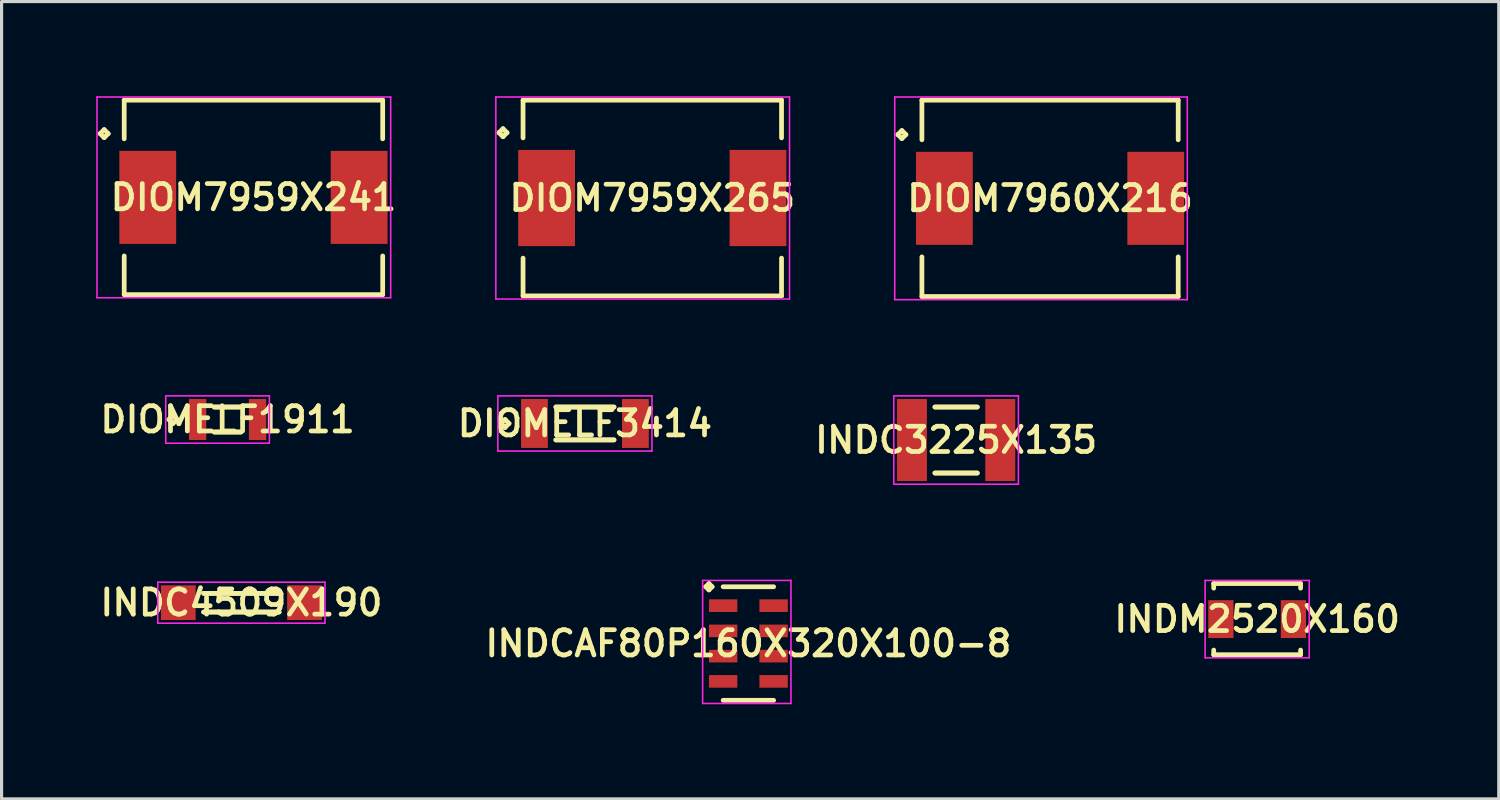
<source format=kicad_pcb>
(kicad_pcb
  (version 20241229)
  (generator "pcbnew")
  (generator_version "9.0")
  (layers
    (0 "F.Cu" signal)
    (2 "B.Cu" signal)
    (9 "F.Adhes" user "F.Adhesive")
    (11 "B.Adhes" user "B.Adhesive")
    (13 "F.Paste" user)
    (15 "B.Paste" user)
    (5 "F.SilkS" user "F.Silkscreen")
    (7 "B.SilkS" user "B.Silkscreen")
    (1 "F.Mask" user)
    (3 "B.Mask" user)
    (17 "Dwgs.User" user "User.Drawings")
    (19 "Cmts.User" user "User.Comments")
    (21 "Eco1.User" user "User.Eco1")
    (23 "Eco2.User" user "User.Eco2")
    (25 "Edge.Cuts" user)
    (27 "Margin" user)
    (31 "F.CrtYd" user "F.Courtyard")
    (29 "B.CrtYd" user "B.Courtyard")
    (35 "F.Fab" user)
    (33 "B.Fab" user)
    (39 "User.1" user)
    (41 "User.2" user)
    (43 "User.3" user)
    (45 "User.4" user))
  (footprint "DIOM7960X216"
    (layer "F.Cu")
    (at 30.236 3.237)
    (property "Reference" "DIOM7960X216" (at 0 0 0) (layer "F.SilkS") (effects (font (size 0.8 0.8) (thickness 0.15))))
    (attr smd)
    (fp_line (start -4.824 -2.021) (end -4.697 -2.148) (stroke (width 0.15) (type solid)) (layer "F.SilkS"))
    (fp_line (start -4.697 -2.148) (end -4.57 -2.021) (stroke (width 0.15) (type solid)) (layer "F.SilkS"))
    (fp_line (start -4.697 -1.894) (end -4.824 -2.021) (stroke (width 0.15) (type solid)) (layer "F.SilkS"))
    (fp_line (start -4.57 -2.021) (end -4.697 -1.894) (stroke (width 0.15) (type solid)) (layer "F.SilkS"))
    (fp_line (start -4.062 -3.112) (end 4.062 -3.112) (stroke (width 0.15) (type solid)) (layer "F.SilkS"))
    (fp_line (start -4.062 -1.856) (end -4.062 -3.112) (stroke (width 0.15) (type solid)) (layer "F.SilkS"))
    (fp_line (start -4.062 1.856) (end -4.062 3.112) (stroke (width 0.15) (type solid)) (layer "F.SilkS"))
    (fp_line (start -4.062 3.112) (end 4.062 3.112) (stroke (width 0.15) (type solid)) (layer "F.SilkS"))
    (fp_line (start 4.062 -3.112) (end 4.062 -1.856) (stroke (width 0.15) (type solid)) (layer "F.SilkS"))
    (fp_line (start 4.062 3.112) (end 4.062 1.856) (stroke (width 0.15) (type solid)) (layer "F.SilkS"))
    (fp_line (start -4.924 -3.212) (end 4.35 -3.212) (stroke (width 0.05) (type solid)) (layer "F.CrtYd"))
    (fp_line (start -4.924 3.212) (end -4.924 -3.212) (stroke (width 0.05) (type solid)) (layer "F.CrtYd"))
    (fp_line (start 4.35 -3.212) (end 4.35 3.212) (stroke (width 0.05) (type solid)) (layer "F.CrtYd"))
    (fp_line (start 4.35 3.212) (end -4.924 3.212) (stroke (width 0.05) (type solid)) (layer "F.CrtYd"))
    (pad "1" smd rect (at -3.35 0) (size 1.8 2.95) (layers "F.Cu" "F.Mask" "F.Paste"))
    (pad "2" smd rect (at 3.35 0) (size 1.8 2.95) (layers "F.Cu" "F.Mask" "F.Paste")))
  (footprint "INDCAF80P160X320X100-8"
    (layer "F.Cu")
    (at 20.673 17.349)
    (property "Reference" "INDCAF80P160X320X100-8" (at 0 0 0) (layer "F.SilkS") (effects (font (size 0.8 0.8) (thickness 0.15))))
    (attr smd)
    (fp_line (start -1.35 -1.8) (end -1.25 -1.9) (stroke (width 0.15) (type solid)) (layer "F.SilkS"))
    (fp_line (start -1.25 -1.9) (end -1.15 -1.8) (stroke (width 0.15) (type solid)) (layer "F.SilkS"))
    (fp_line (start -1.25 -1.7) (end -1.35 -1.8) (stroke (width 0.15) (type solid)) (layer "F.SilkS"))
    (fp_line (start -1.15 -1.8) (end -1.25 -1.7) (stroke (width 0.15) (type solid)) (layer "F.SilkS"))
    (fp_line (start -0.8 -1.8) (end 0.8 -1.8) (stroke (width 0.15) (type solid)) (layer "F.SilkS"))
    (fp_line (start -0.8 1.8) (end 0.8 1.8) (stroke (width 0.15) (type solid)) (layer "F.SilkS"))
    (fp_line (start -1.45 -2) (end 1.35 -2) (stroke (width 0.05) (type solid)) (layer "F.CrtYd"))
    (fp_line (start -1.45 1.9) (end -1.45 -2) (stroke (width 0.05) (type solid)) (layer "F.CrtYd"))
    (fp_line (start 1.35 -2) (end 1.35 1.9) (stroke (width 0.05) (type solid)) (layer "F.CrtYd"))
    (fp_line (start 1.35 1.9) (end -1.45 1.9) (stroke (width 0.05) (type solid)) (layer "F.CrtYd"))
    (pad "1" smd rect (at -0.8 -1.2) (size 0.9 0.4) (layers "F.Cu" "F.Mask" "F.Paste"))
    (pad "2" smd rect (at -0.8 -0.4) (size 0.9 0.4) (layers "F.Cu" "F.Mask" "F.Paste"))
    (pad "3" smd rect (at -0.8 0.4) (size 0.9 0.4) (layers "F.Cu" "F.Mask" "F.Paste"))
    (pad "4" smd rect (at -0.8 1.2) (size 0.9 0.4) (layers "F.Cu" "F.Mask" "F.Paste"))
    (pad "5" smd rect (at 0.8 1.2) (size 0.9 0.4) (layers "F.Cu" "F.Mask" "F.Paste"))
    (pad "6" smd rect (at 0.8 0.4) (size 0.9 0.4) (layers "F.Cu" "F.Mask" "F.Paste"))
    (pad "7" smd rect (at 0.8 -0.4) (size 0.9 0.4) (layers "F.Cu" "F.Mask" "F.Paste"))
    (pad "8" smd rect (at 0.8 -1.2) (size 0.9 0.4) (layers "F.Cu" "F.Mask" "F.Paste")))
  (footprint "DIOM7959X241"
    (layer "F.Cu")
    (at 4.984 3.207)
    (property "Reference" "DIOM7959X241" (at 0 0 0) (layer "F.SilkS") (effects (font (size 0.8 0.8) (thickness 0.15))))
    (attr smd)
    (fp_line (start -4.859 -2.021) (end -4.732 -2.148) (stroke (width 0.15) (type solid)) (layer "F.SilkS"))
    (fp_line (start -4.732 -2.148) (end -4.605 -2.021) (stroke (width 0.15) (type solid)) (layer "F.SilkS"))
    (fp_line (start -4.732 -1.894) (end -4.859 -2.021) (stroke (width 0.15) (type solid)) (layer "F.SilkS"))
    (fp_line (start -4.605 -2.021) (end -4.732 -1.894) (stroke (width 0.15) (type solid)) (layer "F.SilkS"))
    (fp_line (start -4.097 -3.082) (end 4.097 -3.082) (stroke (width 0.15) (type solid)) (layer "F.SilkS"))
    (fp_line (start -4.097 -1.856) (end -4.097 -3.082) (stroke (width 0.15) (type solid)) (layer "F.SilkS"))
    (fp_line (start -4.097 1.856) (end -4.097 3.082) (stroke (width 0.15) (type solid)) (layer "F.SilkS"))
    (fp_line (start -4.097 3.082) (end 4.097 3.082) (stroke (width 0.15) (type solid)) (layer "F.SilkS"))
    (fp_line (start 4.097 -3.082) (end 4.097 -1.856) (stroke (width 0.15) (type solid)) (layer "F.SilkS"))
    (fp_line (start 4.097 3.082) (end 4.097 1.856) (stroke (width 0.15) (type solid)) (layer "F.SilkS"))
    (fp_line (start -4.959 -3.182) (end 4.35 -3.182) (stroke (width 0.05) (type solid)) (layer "F.CrtYd"))
    (fp_line (start -4.959 3.182) (end -4.959 -3.182) (stroke (width 0.05) (type solid)) (layer "F.CrtYd"))
    (fp_line (start 4.35 -3.182) (end 4.35 3.182) (stroke (width 0.05) (type solid)) (layer "F.CrtYd"))
    (fp_line (start 4.35 3.182) (end -4.959 3.182) (stroke (width 0.05) (type solid)) (layer "F.CrtYd"))
    (pad "1" smd rect (at -3.35 0) (size 1.8 2.95) (layers "F.Cu" "F.Mask" "F.Paste"))
    (pad "2" smd rect (at 3.35 0) (size 1.8 2.95) (layers "F.Cu" "F.Mask" "F.Paste")))
  (footprint "INDC3225X135"
    (layer "F.Cu")
    (at 27.258 10.899)
    (property "Reference" "INDC3225X135" (at 0 0 0) (layer "F.SilkS") (effects (font (size 0.8 0.8) (thickness 0.15))))
    (attr smd)
    (fp_line (start -0.671 -1.046) (end 0.671 -1.046) (stroke (width 0.15) (type solid)) (layer "F.SilkS"))
    (fp_line (start -0.671 1.046) (end 0.671 1.046) (stroke (width 0.15) (type solid)) (layer "F.SilkS"))
    (fp_line (start 0.671 -1.046) (end -0.671 -1.046) (stroke (width 0.15) (type solid)) (layer "F.SilkS"))
    (fp_line (start 0.671 1.046) (end -0.671 1.046) (stroke (width 0.15) (type solid)) (layer "F.SilkS"))
    (fp_line (start -1.975 -1.4) (end 1.975 -1.4) (stroke (width 0.05) (type solid)) (layer "F.CrtYd"))
    (fp_line (start -1.975 1.4) (end -1.975 -1.4) (stroke (width 0.05) (type solid)) (layer "F.CrtYd"))
    (fp_line (start 1.975 -1.4) (end 1.975 1.4) (stroke (width 0.05) (type solid)) (layer "F.CrtYd"))
    (fp_line (start 1.975 1.4) (end -1.975 1.4) (stroke (width 0.05) (type solid)) (layer "F.CrtYd"))
    (pad "1" smd rect (at -1.4 0) (size 0.95 2.6) (layers "F.Cu" "F.Mask" "F.Paste"))
    (pad "2" smd rect (at 1.4 0) (size 0.95 2.6) (layers "F.Cu" "F.Mask" "F.Paste")))
  (footprint "INDM2520X160"
    (layer "F.Cu")
    (at 36.801 16.576)
    (property "Reference" "INDM2520X160" (at 0 0 0) (layer "F.SilkS") (effects (font (size 0.8 0.8) (thickness 0.15))))
    (attr smd)
    (fp_line (start -1.377 -1.127) (end 1.377 -1.127) (stroke (width 0.15) (type solid)) (layer "F.SilkS"))
    (fp_line (start -1.377 -0.981) (end -1.377 -1.127) (stroke (width 0.15) (type solid)) (layer "F.SilkS"))
    (fp_line (start -1.377 0.981) (end -1.377 1.127) (stroke (width 0.15) (type solid)) (layer "F.SilkS"))
    (fp_line (start -1.377 1.127) (end 1.377 1.127) (stroke (width 0.15) (type solid)) (layer "F.SilkS"))
    (fp_line (start 1.377 -1.127) (end 1.377 -0.981) (stroke (width 0.15) (type solid)) (layer "F.SilkS"))
    (fp_line (start 1.377 1.127) (end 1.377 0.981) (stroke (width 0.15) (type solid)) (layer "F.SilkS"))
    (fp_line (start -1.65 -1.227) (end 1.65 -1.227) (stroke (width 0.05) (type solid)) (layer "F.CrtYd"))
    (fp_line (start -1.65 1.227) (end -1.65 -1.227) (stroke (width 0.05) (type solid)) (layer "F.CrtYd"))
    (fp_line (start 1.65 -1.227) (end 1.65 1.227) (stroke (width 0.05) (type solid)) (layer "F.CrtYd"))
    (fp_line (start 1.65 1.227) (end -1.65 1.227) (stroke (width 0.05) (type solid)) (layer "F.CrtYd"))
    (pad "1" smd rect (at -1.15 0) (size 0.8 1.2) (layers "F.Cu" "F.Mask" "F.Paste"))
    (pad "2" smd rect (at 1.15 0) (size 0.8 1.2) (layers "F.Cu" "F.Mask" "F.Paste")))
  (footprint "DIOM7959X265"
    (layer "F.Cu")
    (at 17.627 3.227)
    (property "Reference" "DIOM7959X265" (at 0 0 0) (layer "F.SilkS") (effects (font (size 0.8 0.8) (thickness 0.15))))
    (attr smd)
    (fp_line (start -4.859 -2.071) (end -4.732 -2.198) (stroke (width 0.15) (type solid)) (layer "F.SilkS"))
    (fp_line (start -4.732 -2.198) (end -4.605 -2.071) (stroke (width 0.15) (type solid)) (layer "F.SilkS"))
    (fp_line (start -4.732 -1.944) (end -4.859 -2.071) (stroke (width 0.15) (type solid)) (layer "F.SilkS"))
    (fp_line (start -4.605 -2.071) (end -4.732 -1.944) (stroke (width 0.15) (type solid)) (layer "F.SilkS"))
    (fp_line (start -4.097 -3.102) (end 4.097 -3.102) (stroke (width 0.15) (type solid)) (layer "F.SilkS"))
    (fp_line (start -4.097 -1.906) (end -4.097 -3.102) (stroke (width 0.15) (type solid)) (layer "F.SilkS"))
    (fp_line (start -4.097 1.906) (end -4.097 3.102) (stroke (width 0.15) (type solid)) (layer "F.SilkS"))
    (fp_line (start -4.097 3.102) (end 4.097 3.102) (stroke (width 0.15) (type solid)) (layer "F.SilkS"))
    (fp_line (start 4.097 -3.102) (end 4.097 -1.906) (stroke (width 0.15) (type solid)) (layer "F.SilkS"))
    (fp_line (start 4.097 3.102) (end 4.097 1.906) (stroke (width 0.15) (type solid)) (layer "F.SilkS"))
    (fp_line (start -4.959 -3.202) (end 4.35 -3.202) (stroke (width 0.05) (type solid)) (layer "F.CrtYd"))
    (fp_line (start -4.959 3.202) (end -4.959 -3.202) (stroke (width 0.05) (type solid)) (layer "F.CrtYd"))
    (fp_line (start 4.35 -3.202) (end 4.35 3.202) (stroke (width 0.05) (type solid)) (layer "F.CrtYd"))
    (fp_line (start 4.35 3.202) (end -4.959 3.202) (stroke (width 0.05) (type solid)) (layer "F.CrtYd"))
    (pad "1" smd rect (at -3.35 0) (size 1.8 3.05) (layers "F.Cu" "F.Mask" "F.Paste"))
    (pad "2" smd rect (at 3.35 0) (size 1.8 3.05) (layers "F.Cu" "F.Mask" "F.Paste")))
  (footprint "INDC4509X190"
    (layer "F.Cu")
    (at 4.602 16.055)
    (property "Reference" "INDC4509X190" (at 0 0 0) (layer "F.SilkS") (effects (font (size 0.8 0.8) (thickness 0.15))))
    (attr smd)
    (fp_line (start -1.196 -0.296) (end 1.196 -0.296) (stroke (width 0.15) (type solid)) (layer "F.SilkS"))
    (fp_line (start -1.196 0.296) (end 1.196 0.296) (stroke (width 0.15) (type solid)) (layer "F.SilkS"))
    (fp_line (start 1.196 -0.296) (end -1.196 -0.296) (stroke (width 0.15) (type solid)) (layer "F.SilkS"))
    (fp_line (start 1.196 0.296) (end -1.196 0.296) (stroke (width 0.15) (type solid)) (layer "F.SilkS"))
    (fp_line (start -2.65 -0.65) (end 2.65 -0.65) (stroke (width 0.05) (type solid)) (layer "F.CrtYd"))
    (fp_line (start -2.65 0.65) (end -2.65 -0.65) (stroke (width 0.05) (type solid)) (layer "F.CrtYd"))
    (fp_line (start 2.65 -0.65) (end 2.65 0.65) (stroke (width 0.05) (type solid)) (layer "F.CrtYd"))
    (fp_line (start 2.65 0.65) (end -2.65 0.65) (stroke (width 0.05) (type solid)) (layer "F.CrtYd"))
    (pad "1" smd rect (at -2 0) (size 1.1 1.1) (layers "F.Cu" "F.Mask" "F.Paste"))
    (pad "2" smd rect (at 2 0) (size 1.1 1.1) (layers "F.Cu" "F.Mask" "F.Paste")))
  (footprint "DIOMELF1911"
    (layer "F.Cu")
    (at 4.164 10.249)
    (property "Reference" "DIOMELF1911" (at 0 0 0) (layer "F.SilkS") (effects (font (size 0.8 0.8) (thickness 0.15))))
    (attr smd)
    (fp_line (start -1.86 0) (end -1.733 -0.127) (stroke (width 0.15) (type solid)) (layer "F.SilkS"))
    (fp_line (start -1.733 -0.127) (end -1.606 0) (stroke (width 0.15) (type solid)) (layer "F.SilkS"))
    (fp_line (start -1.733 0.127) (end -1.86 0) (stroke (width 0.15) (type solid)) (layer "F.SilkS"))
    (fp_line (start -1.606 0) (end -1.733 0.127) (stroke (width 0.15) (type solid)) (layer "F.SilkS"))
    (fp_line (start -0.421 -0.396) (end 0.421 -0.396) (stroke (width 0.15) (type solid)) (layer "F.SilkS"))
    (fp_line (start -0.421 0.396) (end 0.421 0.396) (stroke (width 0.15) (type solid)) (layer "F.SilkS"))
    (fp_line (start 0.421 -0.396) (end -0.421 -0.396) (stroke (width 0.15) (type solid)) (layer "F.SilkS"))
    (fp_line (start 0.421 0.396) (end -0.421 0.396) (stroke (width 0.15) (type solid)) (layer "F.SilkS"))
    (fp_line (start -1.96 -0.75) (end 1.325 -0.75) (stroke (width 0.05) (type solid)) (layer "F.CrtYd"))
    (fp_line (start -1.96 0.75) (end -1.96 -0.75) (stroke (width 0.05) (type solid)) (layer "F.CrtYd"))
    (fp_line (start 1.325 -0.75) (end 1.325 0.75) (stroke (width 0.05) (type solid)) (layer "F.CrtYd"))
    (fp_line (start 1.325 0.75) (end -1.96 0.75) (stroke (width 0.05) (type solid)) (layer "F.CrtYd"))
    (pad "1" smd rect (at -0.95 0) (size 0.55 1.3) (layers "F.Cu" "F.Mask" "F.Paste"))
    (pad "2" smd rect (at 0.95 0) (size 0.55 1.3) (layers "F.Cu" "F.Mask" "F.Paste")))
  (footprint "DIOMELF3414"
    (layer "F.Cu")
    (at 15.492 10.374)
    (property "Reference" "DIOMELF3414" (at 0 0 0) (layer "F.SilkS") (effects (font (size 0.8 0.8) (thickness 0.15))))
    (attr smd)
    (fp_line (start -2.66 0) (end -2.533 -0.127) (stroke (width 0.15) (type solid)) (layer "F.SilkS"))
    (fp_line (start -2.533 -0.127) (end -2.406 0) (stroke (width 0.15) (type solid)) (layer "F.SilkS"))
    (fp_line (start -2.533 0.127) (end -2.66 0) (stroke (width 0.15) (type solid)) (layer "F.SilkS"))
    (fp_line (start -2.406 0) (end -2.533 0.127) (stroke (width 0.15) (type solid)) (layer "F.SilkS"))
    (fp_line (start -0.921 -0.521) (end 0.921 -0.521) (stroke (width 0.15) (type solid)) (layer "F.SilkS"))
    (fp_line (start -0.921 0.521) (end 0.921 0.521) (stroke (width 0.15) (type solid)) (layer "F.SilkS"))
    (fp_line (start 0.921 -0.521) (end -0.921 -0.521) (stroke (width 0.15) (type solid)) (layer "F.SilkS"))
    (fp_line (start 0.921 0.521) (end -0.921 0.521) (stroke (width 0.15) (type solid)) (layer "F.SilkS"))
    (fp_line (start -2.76 -0.875) (end 2.125 -0.875) (stroke (width 0.05) (type solid)) (layer "F.CrtYd"))
    (fp_line (start -2.76 0.875) (end -2.76 -0.875) (stroke (width 0.05) (type solid)) (layer "F.CrtYd"))
    (fp_line (start 2.125 -0.875) (end 2.125 0.875) (stroke (width 0.05) (type solid)) (layer "F.CrtYd"))
    (fp_line (start 2.125 0.875) (end -2.76 0.875) (stroke (width 0.05) (type solid)) (layer "F.CrtYd"))
    (pad "1" smd rect (at -1.6 0) (size 0.85 1.55) (layers "F.Cu" "F.Mask" "F.Paste"))
    (pad "2" smd rect (at 1.6 0) (size 0.85 1.55) (layers "F.Cu" "F.Mask" "F.Paste")))
  (gr_rect
    (start -3 -3)
    (end 44.46 22.274)
    (stroke (width 0.1) (type default))
    (fill no)
    (layer "Edge.Cuts")))
</source>
